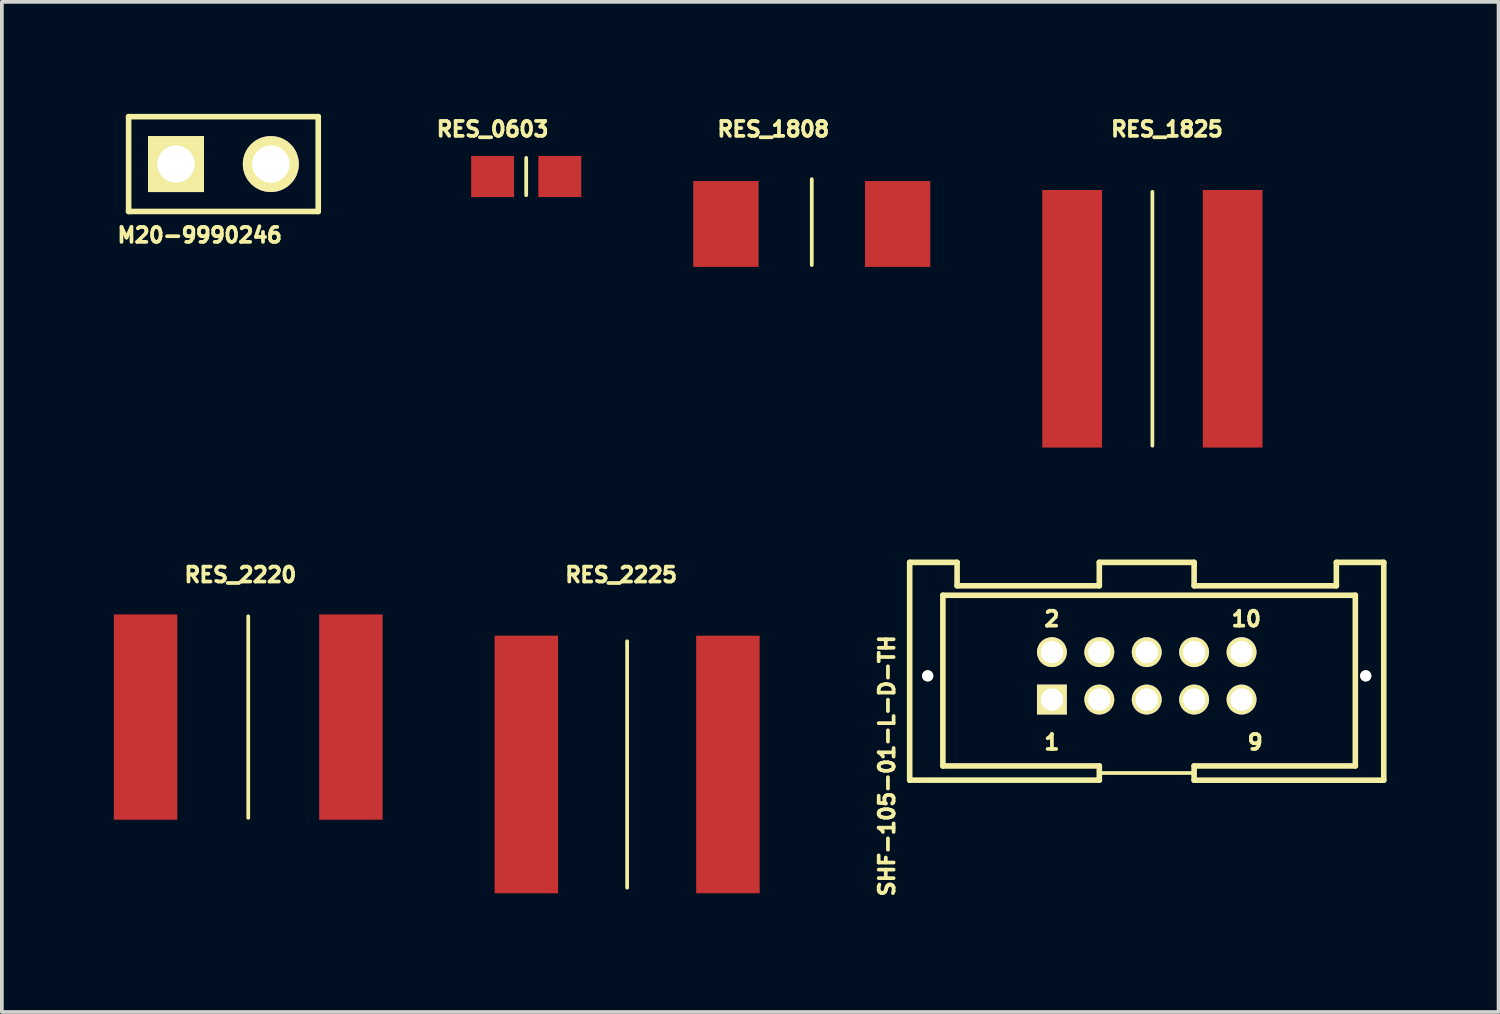
<source format=kicad_pcb>
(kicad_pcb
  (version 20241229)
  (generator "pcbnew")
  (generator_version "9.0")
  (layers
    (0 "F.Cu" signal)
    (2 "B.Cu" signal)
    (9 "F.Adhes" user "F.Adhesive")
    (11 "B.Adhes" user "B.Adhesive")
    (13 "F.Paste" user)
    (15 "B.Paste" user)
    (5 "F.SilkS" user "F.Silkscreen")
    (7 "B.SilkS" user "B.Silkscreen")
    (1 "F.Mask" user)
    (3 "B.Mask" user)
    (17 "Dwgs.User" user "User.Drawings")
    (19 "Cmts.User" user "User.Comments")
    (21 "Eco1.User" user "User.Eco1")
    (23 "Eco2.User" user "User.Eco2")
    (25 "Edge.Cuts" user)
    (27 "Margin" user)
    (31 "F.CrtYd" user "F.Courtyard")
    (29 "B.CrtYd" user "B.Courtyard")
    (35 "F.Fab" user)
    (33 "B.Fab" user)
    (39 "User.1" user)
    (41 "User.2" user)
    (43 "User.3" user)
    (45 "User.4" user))
  (footprint "RES_0603"
    (layer "F.Cu")
    (at 11.046 1.679)
    (property "Reference" "RES_0603" (at -0.9 -1.27 0) (layer "F.SilkS") (effects (font (size 0.4 0.4) (thickness 0.1))))
    (attr through_hole)
    (fp_line (start 0 -0.5) (end 0 0.5) (stroke (width 0.1) (type solid)) (layer "F.SilkS"))
    (pad "1" smd rect (at -0.9 0) (size 1.15 1.1) (layers "F.Cu" "F.Mask" "F.Paste"))
    (pad "2" smd rect (at 0.9 0) (size 1.15 1.1) (layers "F.Cu" "F.Mask" "F.Paste")))
  (footprint "RES_2220"
    (layer "F.Cu")
    (at 3.6 16.159)
    (property "Reference" "RES_2220" (at -0.21 -3.81 0) (layer "F.SilkS") (effects (font (size 0.4 0.4) (thickness 0.1))))
    (attr through_hole)
    (fp_line (start 0 -2.7) (end 0 2.7) (stroke (width 0.1) (type solid)) (layer "F.SilkS"))
    (pad "1" smd rect (at -2.75 0) (size 1.7 5.5) (layers "F.Cu" "F.Mask" "F.Paste"))
    (pad "2" smd rect (at 2.75 0) (size 1.7 5.5) (layers "F.Cu" "F.Mask" "F.Paste")))
  (footprint "RES_2225"
    (layer "F.Cu")
    (at 13.75 17.429)
    (property "Reference" "RES_2225" (at -0.16 -5.08 0) (layer "F.SilkS") (effects (font (size 0.4 0.4) (thickness 0.1))))
    (attr through_hole)
    (fp_line (start 0 -3.3) (end 0 3.3) (stroke (width 0.1) (type solid)) (layer "F.SilkS"))
    (pad "1" smd rect (at -2.7 0) (size 1.7 6.9) (layers "F.Cu" "F.Mask" "F.Paste"))
    (pad "2" smd rect (at 2.7 0) (size 1.7 6.9) (layers "F.Cu" "F.Mask" "F.Paste")))
  (footprint "SHF-105-01-L-D-TH"
    (layer "F.Cu")
    (at 27.669 15.055)
    (property "Reference" "SHF-105-01-L-D-TH" (at -6.96 2.41 90) (layer "F.SilkS") (effects (font (size 0.4 0.4) (thickness 0.1))))
    (attr through_hole)
    (fp_line (start -6.35 -3.04) (end -5.08 -3.04) (stroke (width 0.15) (type solid)) (layer "F.SilkS"))
    (fp_line (start -6.35 2.795) (end -6.35 -3.04) (stroke (width 0.15) (type solid)) (layer "F.SilkS"))
    (fp_line (start -6.349 2.794) (end -1.27 2.794) (stroke (width 0.15) (type solid)) (layer "F.SilkS"))
    (fp_line (start -5.461 -2.159) (end 5.588 -2.159) (stroke (width 0.15) (type solid)) (layer "F.SilkS"))
    (fp_line (start -5.461 2.413) (end -5.461 -2.159) (stroke (width 0.15) (type solid)) (layer "F.SilkS"))
    (fp_line (start -5.461 2.413) (end -1.27 2.413) (stroke (width 0.15) (type solid)) (layer "F.SilkS"))
    (fp_line (start -5.08 -2.413) (end -5.08 -3.04) (stroke (width 0.15) (type solid)) (layer "F.SilkS"))
    (fp_line (start -5.08 -2.413) (end -1.27 -2.413) (stroke (width 0.15) (type solid)) (layer "F.SilkS"))
    (fp_line (start -1.27 -3.04) (end 1.27 -3.04) (stroke (width 0.15) (type solid)) (layer "F.SilkS"))
    (fp_line (start -1.27 -2.413) (end -1.27 -3.04) (stroke (width 0.15) (type solid)) (layer "F.SilkS"))
    (fp_line (start -1.27 2.603) (end 1.269 2.603) (stroke (width 0.1) (type solid)) (layer "F.SilkS"))
    (fp_line (start -1.27 2.794) (end -1.27 2.413) (stroke (width 0.15) (type solid)) (layer "F.SilkS"))
    (fp_line (start 1.27 -2.413) (end 1.27 -3.04) (stroke (width 0.15) (type solid)) (layer "F.SilkS"))
    (fp_line (start 1.27 -2.413) (end 5.08 -2.413) (stroke (width 0.15) (type solid)) (layer "F.SilkS"))
    (fp_line (start 1.27 2.413) (end 5.588 2.413) (stroke (width 0.15) (type solid)) (layer "F.SilkS"))
    (fp_line (start 1.27 2.795) (end 1.27 2.413) (stroke (width 0.15) (type solid)) (layer "F.SilkS"))
    (fp_line (start 1.27 2.795) (end 6.35 2.795) (stroke (width 0.15) (type solid)) (layer "F.SilkS"))
    (fp_line (start 5.08 -3.04) (end 6.35 -3.04) (stroke (width 0.15) (type solid)) (layer "F.SilkS"))
    (fp_line (start 5.08 -2.413) (end 5.08 -3.04) (stroke (width 0.15) (type solid)) (layer "F.SilkS"))
    (fp_line (start 5.588 2.413) (end 5.588 -2.159) (stroke (width 0.15) (type solid)) (layer "F.SilkS"))
    (fp_line (start 6.35 2.795) (end 6.35 -3.04) (stroke (width 0.15) (type solid)) (layer "F.SilkS"))
    (fp_text user "2" (at -2.54 -1.524 0) (layer "F.SilkS") (effects (font (size 0.4 0.4) (thickness 0.1))))
    (fp_text user "1" (at -2.54 1.778 0) (layer "F.SilkS") (effects (font (size 0.4 0.4) (thickness 0.1))))
    (fp_text user "9" (at 2.905 1.778 0) (layer "F.SilkS") (effects (font (size 0.4 0.4) (thickness 0.1))))
    (fp_text user "10" (at 2.667 -1.524 0) (layer "F.SilkS") (effects (font (size 0.4 0.4) (thickness 0.1))))
    (pad "" np_thru_hole circle (at -5.867 0) (size 0.3 0.3) (drill 0.3) (layers "*.Cu" "*.Mask" "F.SilkS"))
    (pad "" np_thru_hole circle (at 5.867 0) (size 0.3 0.3) (drill 0.3) (layers "*.Cu" "*.Mask" "F.SilkS"))
    (pad "1" thru_hole rect (at -2.54 0.635) (size 0.8 0.8) (drill 0.6) (layers "*.Cu" "*.Mask" "F.SilkS"))
    (pad "2" thru_hole circle (at -2.54 -0.635) (size 0.8 0.8) (drill 0.6) (layers "*.Cu" "*.Mask" "F.SilkS"))
    (pad "3" thru_hole circle (at -1.27 0.635) (size 0.8 0.8) (drill 0.6) (layers "*.Cu" "*.Mask" "F.SilkS"))
    (pad "4" thru_hole circle (at -1.27 -0.635) (size 0.8 0.8) (drill 0.6) (layers "*.Cu" "*.Mask" "F.SilkS"))
    (pad "5" thru_hole circle (at 0 0.635) (size 0.8 0.8) (drill 0.6) (layers "*.Cu" "*.Mask" "F.SilkS"))
    (pad "6" thru_hole circle (at 0 -0.635) (size 0.8 0.8) (drill 0.6) (layers "*.Cu" "*.Mask" "F.SilkS"))
    (pad "7" thru_hole circle (at 1.27 0.635) (size 0.8 0.8) (drill 0.6) (layers "*.Cu" "*.Mask" "F.SilkS"))
    (pad "8" thru_hole circle (at 1.27 -0.635) (size 0.8 0.8) (drill 0.6) (layers "*.Cu" "*.Mask" "F.SilkS"))
    (pad "9" thru_hole circle (at 2.54 0.635) (size 0.8 0.8) (drill 0.6) (layers "*.Cu" "*.Mask" "F.SilkS"))
    (pad "10" thru_hole circle (at 2.54 -0.635) (size 0.8 0.8) (drill 0.6) (layers "*.Cu" "*.Mask" "F.SilkS")))
  (footprint "RES_1808"
    (layer "F.Cu")
    (at 18.696 2.95)
    (property "Reference" "RES_1808" (at -1.03 -2.54 0) (layer "F.SilkS") (effects (font (size 0.4 0.4) (thickness 0.1))))
    (attr through_hole)
    (fp_line (start 0 -1.2) (end 0 1.1) (stroke (width 0.1) (type solid)) (layer "F.SilkS"))
    (pad "1" smd rect (at -2.3 0) (size 1.75 2.3) (layers "F.Cu" "F.Mask" "F.Paste"))
    (pad "2" smd rect (at 2.3 0) (size 1.75 2.3) (layers "F.Cu" "F.Mask" "F.Paste")))
  (footprint "RES_1825"
    (layer "F.Cu")
    (at 27.821 5.489)
    (property "Reference" "RES_1825" (at 0.39 -5.08 0) (layer "F.SilkS") (effects (font (size 0.4 0.4) (thickness 0.1))))
    (attr through_hole)
    (fp_line (start 0 -3.4) (end 0 3.4) (stroke (width 0.1) (type solid)) (layer "F.SilkS"))
    (pad "1" smd rect (at -2.15 0) (size 1.6 6.9) (layers "F.Cu" "F.Mask" "F.Paste"))
    (pad "2" smd rect (at 2.15 0) (size 1.6 6.9) (layers "F.Cu" "F.Mask" "F.Paste")))
  (footprint "M20-9990246"
    (layer "F.Cu")
    (at 1.665 1.345)
    (property "Reference" "M20-9990246" (at 0.635 1.905 0) (layer "F.SilkS") (effects (font (size 0.4 0.4) (thickness 0.1))))
    (attr through_hole)
    (fp_line (start -1.27 -1.27) (end 3.81 -1.27) (stroke (width 0.15) (type solid)) (layer "F.SilkS"))
    (fp_line (start -1.27 1.27) (end -1.27 -1.27) (stroke (width 0.15) (type solid)) (layer "F.SilkS"))
    (fp_line (start -1.27 1.27) (end 3.81 1.27) (stroke (width 0.15) (type solid)) (layer "F.SilkS"))
    (fp_line (start 3.81 1.27) (end 3.81 -1.27) (stroke (width 0.15) (type solid)) (layer "F.SilkS"))
    (pad "1" thru_hole rect (at 0 0) (size 1.5 1.5) (drill 1) (layers "*.Cu" "*.Mask" "F.SilkS"))
    (pad "2" thru_hole circle (at 2.54 0) (size 1.5 1.5) (drill 1) (layers "*.Cu" "*.Mask" "F.SilkS")))
  (gr_rect
    (start -3 -3)
    (end 37.094 24.06)
    (stroke (width 0.1) (type default))
    (fill no)
    (layer "Edge.Cuts")))
</source>
